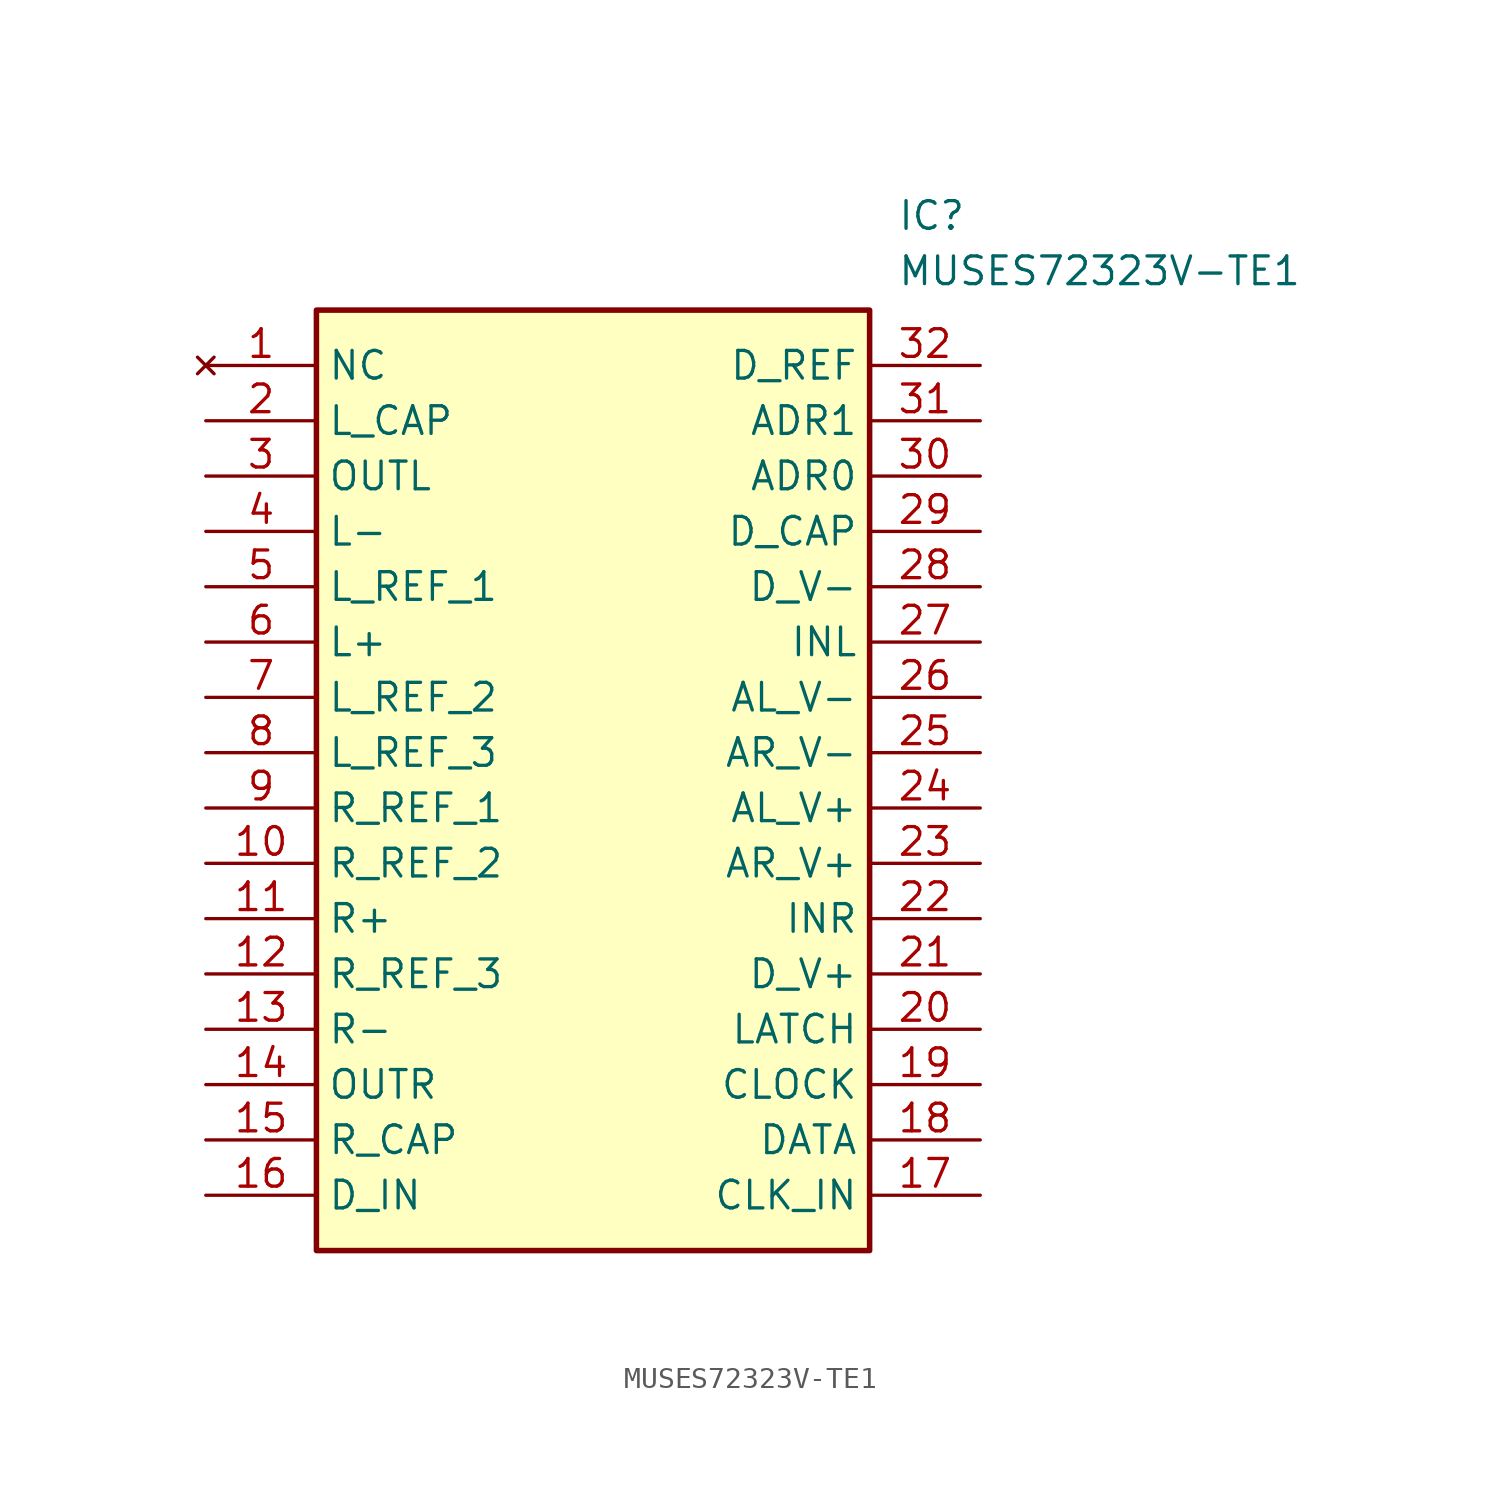
<source format=kicad_sym>
(kicad_symbol_lib
  (version 20211014)
  (generator SamacSys_ECAD_Model)
  (symbol "MUSES72323V-TE1"
    (property "Reference" "IC"
      (at 31.75 7.62 0)
      (effects (font (size 1.27 1.27)) (justify left top)))
    (property "Value" "MUSES72323V-TE1"
      (at 31.75 5.08 0)
      (effects (font (size 1.27 1.27)) (justify left top)))
    (rectangle
      (start 5.08 2.54)
      (end 30.48 -40.64)
      (stroke (width 0.254) (type default))
      (fill (type background)))
    (pin no_connect line
      (at 0 0 0)
      (length 5.08)
      (name "NC" (effects (font (size 1.27 1.27))))
      (number "1" (effects (font (size 1.27 1.27)))))
    (pin passive line
      (at 0 -2.54 0)
      (length 5.08)
      (name "L_CAP" (effects (font (size 1.27 1.27))))
      (number "2" (effects (font (size 1.27 1.27)))))
    (pin passive line
      (at 0 -5.08 0)
      (length 5.08)
      (name "OUTL" (effects (font (size 1.27 1.27))))
      (number "3" (effects (font (size 1.27 1.27)))))
    (pin passive line
      (at 0 -7.62 0)
      (length 5.08)
      (name "L-" (effects (font (size 1.27 1.27))))
      (number "4" (effects (font (size 1.27 1.27)))))
    (pin passive line
      (at 0 -10.16 0)
      (length 5.08)
      (name "L_REF_1" (effects (font (size 1.27 1.27))))
      (number "5" (effects (font (size 1.27 1.27)))))
    (pin passive line
      (at 0 -12.7 0)
      (length 5.08)
      (name "L+" (effects (font (size 1.27 1.27))))
      (number "6" (effects (font (size 1.27 1.27)))))
    (pin passive line
      (at 0 -15.24 0)
      (length 5.08)
      (name "L_REF_2" (effects (font (size 1.27 1.27))))
      (number "7" (effects (font (size 1.27 1.27)))))
    (pin passive line
      (at 0 -17.78 0)
      (length 5.08)
      (name "L_REF_3" (effects (font (size 1.27 1.27))))
      (number "8" (effects (font (size 1.27 1.27)))))
    (pin passive line
      (at 0 -20.32 0)
      (length 5.08)
      (name "R_REF_1" (effects (font (size 1.27 1.27))))
      (number "9" (effects (font (size 1.27 1.27)))))
    (pin passive line
      (at 0 -22.86 0)
      (length 5.08)
      (name "R_REF_2" (effects (font (size 1.27 1.27))))
      (number "10" (effects (font (size 1.27 1.27)))))
    (pin passive line
      (at 0 -25.4 0)
      (length 5.08)
      (name "R+" (effects (font (size 1.27 1.27))))
      (number "11" (effects (font (size 1.27 1.27)))))
    (pin passive line
      (at 0 -27.94 0)
      (length 5.08)
      (name "R_REF_3" (effects (font (size 1.27 1.27))))
      (number "12" (effects (font (size 1.27 1.27)))))
    (pin passive line
      (at 0 -30.48 0)
      (length 5.08)
      (name "R-" (effects (font (size 1.27 1.27))))
      (number "13" (effects (font (size 1.27 1.27)))))
    (pin passive line
      (at 0 -33.02 0)
      (length 5.08)
      (name "OUTR" (effects (font (size 1.27 1.27))))
      (number "14" (effects (font (size 1.27 1.27)))))
    (pin passive line
      (at 0 -35.56 0)
      (length 5.08)
      (name "R_CAP" (effects (font (size 1.27 1.27))))
      (number "15" (effects (font (size 1.27 1.27)))))
    (pin passive line
      (at 0 -38.1 0)
      (length 5.08)
      (name "D_IN" (effects (font (size 1.27 1.27))))
      (number "16" (effects (font (size 1.27 1.27)))))
    (pin passive line
      (at 35.56 0 180)
      (length 5.08)
      (name "D_REF" (effects (font (size 1.27 1.27))))
      (number "32" (effects (font (size 1.27 1.27)))))
    (pin passive line
      (at 35.56 -2.54 180)
      (length 5.08)
      (name "ADR1" (effects (font (size 1.27 1.27))))
      (number "31" (effects (font (size 1.27 1.27)))))
    (pin passive line
      (at 35.56 -5.08 180)
      (length 5.08)
      (name "ADR0" (effects (font (size 1.27 1.27))))
      (number "30" (effects (font (size 1.27 1.27)))))
    (pin passive line
      (at 35.56 -7.62 180)
      (length 5.08)
      (name "D_CAP" (effects (font (size 1.27 1.27))))
      (number "29" (effects (font (size 1.27 1.27)))))
    (pin passive line
      (at 35.56 -10.16 180)
      (length 5.08)
      (name "D_V-" (effects (font (size 1.27 1.27))))
      (number "28" (effects (font (size 1.27 1.27)))))
    (pin passive line
      (at 35.56 -12.7 180)
      (length 5.08)
      (name "INL" (effects (font (size 1.27 1.27))))
      (number "27" (effects (font (size 1.27 1.27)))))
    (pin passive line
      (at 35.56 -15.24 180)
      (length 5.08)
      (name "AL_V-" (effects (font (size 1.27 1.27))))
      (number "26" (effects (font (size 1.27 1.27)))))
    (pin passive line
      (at 35.56 -17.78 180)
      (length 5.08)
      (name "AR_V-" (effects (font (size 1.27 1.27))))
      (number "25" (effects (font (size 1.27 1.27)))))
    (pin passive line
      (at 35.56 -20.32 180)
      (length 5.08)
      (name "AL_V+" (effects (font (size 1.27 1.27))))
      (number "24" (effects (font (size 1.27 1.27)))))
    (pin passive line
      (at 35.56 -22.86 180)
      (length 5.08)
      (name "AR_V+" (effects (font (size 1.27 1.27))))
      (number "23" (effects (font (size 1.27 1.27)))))
    (pin passive line
      (at 35.56 -25.4 180)
      (length 5.08)
      (name "INR" (effects (font (size 1.27 1.27))))
      (number "22" (effects (font (size 1.27 1.27)))))
    (pin passive line
      (at 35.56 -27.94 180)
      (length 5.08)
      (name "D_V+" (effects (font (size 1.27 1.27))))
      (number "21" (effects (font (size 1.27 1.27)))))
    (pin passive line
      (at 35.56 -30.48 180)
      (length 5.08)
      (name "LATCH" (effects (font (size 1.27 1.27))))
      (number "20" (effects (font (size 1.27 1.27)))))
    (pin passive line
      (at 35.56 -33.02 180)
      (length 5.08)
      (name "CLOCK" (effects (font (size 1.27 1.27))))
      (number "19" (effects (font (size 1.27 1.27)))))
    (pin passive line
      (at 35.56 -35.56 180)
      (length 5.08)
      (name "DATA" (effects (font (size 1.27 1.27))))
      (number "18" (effects (font (size 1.27 1.27)))))
    (pin passive line
      (at 35.56 -38.1 180)
      (length 5.08)
      (name "CLK_IN" (effects (font (size 1.27 1.27))))
      (number "17" (effects (font (size 1.27 1.27)))))))
</source>
